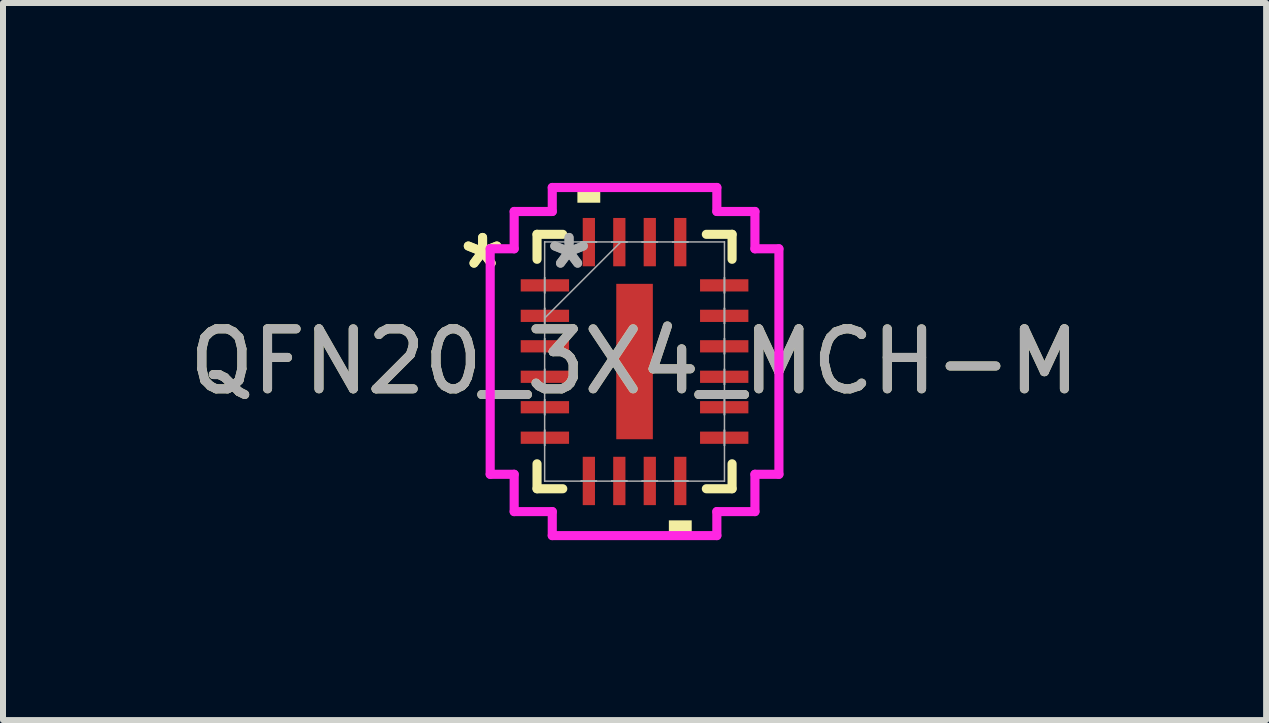
<source format=kicad_pcb>
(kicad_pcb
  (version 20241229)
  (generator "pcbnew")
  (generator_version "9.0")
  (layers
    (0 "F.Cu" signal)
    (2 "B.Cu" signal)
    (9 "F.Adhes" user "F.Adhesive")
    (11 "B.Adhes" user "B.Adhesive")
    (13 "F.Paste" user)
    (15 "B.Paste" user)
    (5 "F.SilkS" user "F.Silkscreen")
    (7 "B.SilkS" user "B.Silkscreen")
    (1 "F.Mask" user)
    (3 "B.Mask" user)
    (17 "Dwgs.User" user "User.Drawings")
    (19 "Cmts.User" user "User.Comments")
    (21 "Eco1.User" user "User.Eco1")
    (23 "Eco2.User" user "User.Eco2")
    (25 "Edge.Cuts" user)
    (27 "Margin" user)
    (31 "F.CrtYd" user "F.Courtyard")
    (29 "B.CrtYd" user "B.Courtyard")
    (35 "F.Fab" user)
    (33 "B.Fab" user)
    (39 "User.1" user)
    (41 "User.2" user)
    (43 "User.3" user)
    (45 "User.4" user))
  (footprint "QFN20_3X4_MCH-M"
    (layer "F.Cu")
    (at 7.53 2.978)
    (property "Reference" "QFN20_3X4_MCH-M" (at 0 0 0) (unlocked yes) (layer "F.SilkS") (effects (font (size 1 1) (thickness 0.15))))
    (attr smd)
    (fp_line (start -1.626 -2.121) (end -1.626 -1.705) (stroke (width 0.152) (type solid)) (layer "F.SilkS"))
    (fp_line (start -1.626 1.705) (end -1.626 2.121) (stroke (width 0.152) (type solid)) (layer "F.SilkS"))
    (fp_line (start -1.626 2.121) (end -1.197 2.121) (stroke (width 0.152) (type solid)) (layer "F.SilkS"))
    (fp_line (start -1.197 -2.121) (end -1.626 -2.121) (stroke (width 0.152) (type solid)) (layer "F.SilkS"))
    (fp_line (start 1.197 2.121) (end 1.626 2.121) (stroke (width 0.152) (type solid)) (layer "F.SilkS"))
    (fp_line (start 1.626 -2.121) (end 1.197 -2.121) (stroke (width 0.152) (type solid)) (layer "F.SilkS"))
    (fp_line (start 1.626 -1.705) (end 1.626 -2.121) (stroke (width 0.152) (type solid)) (layer "F.SilkS"))
    (fp_line (start 1.626 2.121) (end 1.626 1.705) (stroke (width 0.152) (type solid)) (layer "F.SilkS"))
    (fp_poly (pts (xy -0.953 -2.648) (xy -0.953 -2.902) (xy -0.572 -2.902) (xy -0.572 -2.648)) (stroke (width 0) (type solid)) (fill yes) (layer "F.SilkS"))
    (fp_poly (pts (xy 0.572 2.648) (xy 0.572 2.902) (xy 0.953 2.902) (xy 0.953 2.648)) (stroke (width 0) (type solid)) (fill yes) (layer "F.SilkS"))
    (fp_poly (pts (xy -0.205 -1.195) (xy -0.205 -0.1) (xy 0.205 -0.1) (xy 0.205 -1.195)) (stroke (width 0) (type solid)) (fill yes) (layer "F.Paste"))
    (fp_poly (pts (xy -0.205 0.1) (xy -0.205 1.195) (xy 0.205 1.195) (xy 0.205 0.1)) (stroke (width 0) (type solid)) (fill yes) (layer "F.Paste"))
    (fp_line (start -2.407 -1.88) (end -2.007 -1.88) (stroke (width 0.152) (type solid)) (layer "F.CrtYd"))
    (fp_line (start -2.407 1.88) (end -2.407 -1.88) (stroke (width 0.152) (type solid)) (layer "F.CrtYd"))
    (fp_line (start -2.007 -2.502) (end -1.372 -2.502) (stroke (width 0.152) (type solid)) (layer "F.CrtYd"))
    (fp_line (start -2.007 -1.88) (end -2.007 -2.502) (stroke (width 0.152) (type solid)) (layer "F.CrtYd"))
    (fp_line (start -2.007 1.88) (end -2.407 1.88) (stroke (width 0.152) (type solid)) (layer "F.CrtYd"))
    (fp_line (start -2.007 2.502) (end -2.007 1.88) (stroke (width 0.152) (type solid)) (layer "F.CrtYd"))
    (fp_line (start -1.372 -2.902) (end 1.372 -2.902) (stroke (width 0.152) (type solid)) (layer "F.CrtYd"))
    (fp_line (start -1.372 -2.502) (end -1.372 -2.902) (stroke (width 0.152) (type solid)) (layer "F.CrtYd"))
    (fp_line (start -1.372 2.502) (end -2.007 2.502) (stroke (width 0.152) (type solid)) (layer "F.CrtYd"))
    (fp_line (start -1.372 2.902) (end -1.372 2.502) (stroke (width 0.152) (type solid)) (layer "F.CrtYd"))
    (fp_line (start 1.372 -2.902) (end 1.372 -2.502) (stroke (width 0.152) (type solid)) (layer "F.CrtYd"))
    (fp_line (start 1.372 -2.502) (end 2.007 -2.502) (stroke (width 0.152) (type solid)) (layer "F.CrtYd"))
    (fp_line (start 1.372 2.502) (end 1.372 2.902) (stroke (width 0.152) (type solid)) (layer "F.CrtYd"))
    (fp_line (start 1.372 2.902) (end -1.372 2.902) (stroke (width 0.152) (type solid)) (layer "F.CrtYd"))
    (fp_line (start 2.007 -2.502) (end 2.007 -1.88) (stroke (width 0.152) (type solid)) (layer "F.CrtYd"))
    (fp_line (start 2.007 -1.88) (end 2.407 -1.88) (stroke (width 0.152) (type solid)) (layer "F.CrtYd"))
    (fp_line (start 2.007 1.88) (end 2.007 2.502) (stroke (width 0.152) (type solid)) (layer "F.CrtYd"))
    (fp_line (start 2.007 2.502) (end 1.372 2.502) (stroke (width 0.152) (type solid)) (layer "F.CrtYd"))
    (fp_line (start 2.407 -1.88) (end 2.407 1.88) (stroke (width 0.152) (type solid)) (layer "F.CrtYd"))
    (fp_line (start 2.407 1.88) (end 2.007 1.88) (stroke (width 0.152) (type solid)) (layer "F.CrtYd"))
    (fp_line (start -1.499 -1.994) (end -1.499 -1.994) (stroke (width 0.025) (type solid)) (layer "F.Fab"))
    (fp_line (start -1.499 -1.994) (end -1.499 1.994) (stroke (width 0.025) (type solid)) (layer "F.Fab"))
    (fp_line (start -1.499 -1.397) (end -1.499 -1.397) (stroke (width 0.025) (type solid)) (layer "F.Fab"))
    (fp_line (start -1.499 -1.397) (end -1.499 -1.143) (stroke (width 0.025) (type solid)) (layer "F.Fab"))
    (fp_line (start -1.499 -1.143) (end -1.499 -1.397) (stroke (width 0.025) (type solid)) (layer "F.Fab"))
    (fp_line (start -1.499 -1.143) (end -1.499 -1.143) (stroke (width 0.025) (type solid)) (layer "F.Fab"))
    (fp_line (start -1.499 -0.889) (end -1.499 -0.889) (stroke (width 0.025) (type solid)) (layer "F.Fab"))
    (fp_line (start -1.499 -0.889) (end -1.499 -0.635) (stroke (width 0.025) (type solid)) (layer "F.Fab"))
    (fp_line (start -1.499 -0.724) (end -0.229 -1.994) (stroke (width 0.025) (type solid)) (layer "F.Fab"))
    (fp_line (start -1.499 -0.635) (end -1.499 -0.889) (stroke (width 0.025) (type solid)) (layer "F.Fab"))
    (fp_line (start -1.499 -0.635) (end -1.499 -0.635) (stroke (width 0.025) (type solid)) (layer "F.Fab"))
    (fp_line (start -1.499 -0.381) (end -1.499 -0.381) (stroke (width 0.025) (type solid)) (layer "F.Fab"))
    (fp_line (start -1.499 -0.381) (end -1.499 -0.127) (stroke (width 0.025) (type solid)) (layer "F.Fab"))
    (fp_line (start -1.499 -0.127) (end -1.499 -0.381) (stroke (width 0.025) (type solid)) (layer "F.Fab"))
    (fp_line (start -1.499 -0.127) (end -1.499 -0.127) (stroke (width 0.025) (type solid)) (layer "F.Fab"))
    (fp_line (start -1.499 0.127) (end -1.499 0.127) (stroke (width 0.025) (type solid)) (layer "F.Fab"))
    (fp_line (start -1.499 0.127) (end -1.499 0.381) (stroke (width 0.025) (type solid)) (layer "F.Fab"))
    (fp_line (start -1.499 0.381) (end -1.499 0.127) (stroke (width 0.025) (type solid)) (layer "F.Fab"))
    (fp_line (start -1.499 0.381) (end -1.499 0.381) (stroke (width 0.025) (type solid)) (layer "F.Fab"))
    (fp_line (start -1.499 0.635) (end -1.499 0.635) (stroke (width 0.025) (type solid)) (layer "F.Fab"))
    (fp_line (start -1.499 0.635) (end -1.499 0.889) (stroke (width 0.025) (type solid)) (layer "F.Fab"))
    (fp_line (start -1.499 0.889) (end -1.499 0.635) (stroke (width 0.025) (type solid)) (layer "F.Fab"))
    (fp_line (start -1.499 0.889) (end -1.499 0.889) (stroke (width 0.025) (type solid)) (layer "F.Fab"))
    (fp_line (start -1.499 1.143) (end -1.499 1.143) (stroke (width 0.025) (type solid)) (layer "F.Fab"))
    (fp_line (start -1.499 1.143) (end -1.499 1.397) (stroke (width 0.025) (type solid)) (layer "F.Fab"))
    (fp_line (start -1.499 1.397) (end -1.499 1.143) (stroke (width 0.025) (type solid)) (layer "F.Fab"))
    (fp_line (start -1.499 1.397) (end -1.499 1.397) (stroke (width 0.025) (type solid)) (layer "F.Fab"))
    (fp_line (start -1.499 1.994) (end -1.499 1.994) (stroke (width 0.025) (type solid)) (layer "F.Fab"))
    (fp_line (start -1.499 1.994) (end 1.499 1.994) (stroke (width 0.025) (type solid)) (layer "F.Fab"))
    (fp_line (start -0.889 -1.994) (end -0.889 -1.994) (stroke (width 0.025) (type solid)) (layer "F.Fab"))
    (fp_line (start -0.889 -1.994) (end -0.635 -1.994) (stroke (width 0.025) (type solid)) (layer "F.Fab"))
    (fp_line (start -0.889 1.994) (end -0.889 1.994) (stroke (width 0.025) (type solid)) (layer "F.Fab"))
    (fp_line (start -0.889 1.994) (end -0.635 1.994) (stroke (width 0.025) (type solid)) (layer "F.Fab"))
    (fp_line (start -0.635 -1.994) (end -0.889 -1.994) (stroke (width 0.025) (type solid)) (layer "F.Fab"))
    (fp_line (start -0.635 -1.994) (end -0.635 -1.994) (stroke (width 0.025) (type solid)) (layer "F.Fab"))
    (fp_line (start -0.635 1.994) (end -0.889 1.994) (stroke (width 0.025) (type solid)) (layer "F.Fab"))
    (fp_line (start -0.635 1.994) (end -0.635 1.994) (stroke (width 0.025) (type solid)) (layer "F.Fab"))
    (fp_line (start -0.381 -1.994) (end -0.381 -1.994) (stroke (width 0.025) (type solid)) (layer "F.Fab"))
    (fp_line (start -0.381 -1.994) (end -0.127 -1.994) (stroke (width 0.025) (type solid)) (layer "F.Fab"))
    (fp_line (start -0.381 1.994) (end -0.381 1.994) (stroke (width 0.025) (type solid)) (layer "F.Fab"))
    (fp_line (start -0.381 1.994) (end -0.127 1.994) (stroke (width 0.025) (type solid)) (layer "F.Fab"))
    (fp_line (start -0.127 -1.994) (end -0.381 -1.994) (stroke (width 0.025) (type solid)) (layer "F.Fab"))
    (fp_line (start -0.127 -1.994) (end -0.127 -1.994) (stroke (width 0.025) (type solid)) (layer "F.Fab"))
    (fp_line (start -0.127 1.994) (end -0.381 1.994) (stroke (width 0.025) (type solid)) (layer "F.Fab"))
    (fp_line (start -0.127 1.994) (end -0.127 1.994) (stroke (width 0.025) (type solid)) (layer "F.Fab"))
    (fp_line (start 0.127 -1.994) (end 0.127 -1.994) (stroke (width 0.025) (type solid)) (layer "F.Fab"))
    (fp_line (start 0.127 -1.994) (end 0.381 -1.994) (stroke (width 0.025) (type solid)) (layer "F.Fab"))
    (fp_line (start 0.127 1.994) (end 0.127 1.994) (stroke (width 0.025) (type solid)) (layer "F.Fab"))
    (fp_line (start 0.127 1.994) (end 0.381 1.994) (stroke (width 0.025) (type solid)) (layer "F.Fab"))
    (fp_line (start 0.381 -1.994) (end 0.127 -1.994) (stroke (width 0.025) (type solid)) (layer "F.Fab"))
    (fp_line (start 0.381 -1.994) (end 0.381 -1.994) (stroke (width 0.025) (type solid)) (layer "F.Fab"))
    (fp_line (start 0.381 1.994) (end 0.127 1.994) (stroke (width 0.025) (type solid)) (layer "F.Fab"))
    (fp_line (start 0.381 1.994) (end 0.381 1.994) (stroke (width 0.025) (type solid)) (layer "F.Fab"))
    (fp_line (start 0.635 -1.994) (end 0.635 -1.994) (stroke (width 0.025) (type solid)) (layer "F.Fab"))
    (fp_line (start 0.635 -1.994) (end 0.889 -1.994) (stroke (width 0.025) (type solid)) (layer "F.Fab"))
    (fp_line (start 0.635 1.994) (end 0.635 1.994) (stroke (width 0.025) (type solid)) (layer "F.Fab"))
    (fp_line (start 0.635 1.994) (end 0.889 1.994) (stroke (width 0.025) (type solid)) (layer "F.Fab"))
    (fp_line (start 0.889 -1.994) (end 0.635 -1.994) (stroke (width 0.025) (type solid)) (layer "F.Fab"))
    (fp_line (start 0.889 -1.994) (end 0.889 -1.994) (stroke (width 0.025) (type solid)) (layer "F.Fab"))
    (fp_line (start 0.889 1.994) (end 0.635 1.994) (stroke (width 0.025) (type solid)) (layer "F.Fab"))
    (fp_line (start 0.889 1.994) (end 0.889 1.994) (stroke (width 0.025) (type solid)) (layer "F.Fab"))
    (fp_line (start 1.499 -1.994) (end -1.499 -1.994) (stroke (width 0.025) (type solid)) (layer "F.Fab"))
    (fp_line (start 1.499 -1.994) (end 1.499 -1.994) (stroke (width 0.025) (type solid)) (layer "F.Fab"))
    (fp_line (start 1.499 -1.397) (end 1.499 -1.397) (stroke (width 0.025) (type solid)) (layer "F.Fab"))
    (fp_line (start 1.499 -1.397) (end 1.499 -1.143) (stroke (width 0.025) (type solid)) (layer "F.Fab"))
    (fp_line (start 1.499 -1.143) (end 1.499 -1.397) (stroke (width 0.025) (type solid)) (layer "F.Fab"))
    (fp_line (start 1.499 -1.143) (end 1.499 -1.143) (stroke (width 0.025) (type solid)) (layer "F.Fab"))
    (fp_line (start 1.499 -0.889) (end 1.499 -0.889) (stroke (width 0.025) (type solid)) (layer "F.Fab"))
    (fp_line (start 1.499 -0.889) (end 1.499 -0.635) (stroke (width 0.025) (type solid)) (layer "F.Fab"))
    (fp_line (start 1.499 -0.635) (end 1.499 -0.889) (stroke (width 0.025) (type solid)) (layer "F.Fab"))
    (fp_line (start 1.499 -0.635) (end 1.499 -0.635) (stroke (width 0.025) (type solid)) (layer "F.Fab"))
    (fp_line (start 1.499 -0.381) (end 1.499 -0.381) (stroke (width 0.025) (type solid)) (layer "F.Fab"))
    (fp_line (start 1.499 -0.381) (end 1.499 -0.127) (stroke (width 0.025) (type solid)) (layer "F.Fab"))
    (fp_line (start 1.499 -0.127) (end 1.499 -0.381) (stroke (width 0.025) (type solid)) (layer "F.Fab"))
    (fp_line (start 1.499 -0.127) (end 1.499 -0.127) (stroke (width 0.025) (type solid)) (layer "F.Fab"))
    (fp_line (start 1.499 0.127) (end 1.499 0.127) (stroke (width 0.025) (type solid)) (layer "F.Fab"))
    (fp_line (start 1.499 0.127) (end 1.499 0.381) (stroke (width 0.025) (type solid)) (layer "F.Fab"))
    (fp_line (start 1.499 0.381) (end 1.499 0.127) (stroke (width 0.025) (type solid)) (layer "F.Fab"))
    (fp_line (start 1.499 0.381) (end 1.499 0.381) (stroke (width 0.025) (type solid)) (layer "F.Fab"))
    (fp_line (start 1.499 0.635) (end 1.499 0.635) (stroke (width 0.025) (type solid)) (layer "F.Fab"))
    (fp_line (start 1.499 0.635) (end 1.499 0.889) (stroke (width 0.025) (type solid)) (layer "F.Fab"))
    (fp_line (start 1.499 0.889) (end 1.499 0.635) (stroke (width 0.025) (type solid)) (layer "F.Fab"))
    (fp_line (start 1.499 0.889) (end 1.499 0.889) (stroke (width 0.025) (type solid)) (layer "F.Fab"))
    (fp_line (start 1.499 1.143) (end 1.499 1.143) (stroke (width 0.025) (type solid)) (layer "F.Fab"))
    (fp_line (start 1.499 1.143) (end 1.499 1.397) (stroke (width 0.025) (type solid)) (layer "F.Fab"))
    (fp_line (start 1.499 1.397) (end 1.499 1.143) (stroke (width 0.025) (type solid)) (layer "F.Fab"))
    (fp_line (start 1.499 1.397) (end 1.499 1.397) (stroke (width 0.025) (type solid)) (layer "F.Fab"))
    (fp_line (start 1.499 1.994) (end 1.499 -1.994) (stroke (width 0.025) (type solid)) (layer "F.Fab"))
    (fp_line (start 1.499 1.994) (end 1.499 1.994) (stroke (width 0.025) (type solid)) (layer "F.Fab"))
    (fp_text user "*" (at -2.534 -1.524 0) (unlocked yes) (layer "F.SilkS") (effects (font (size 1 1) (thickness 0.15))))
    (fp_text user "*" (at -2.534 -1.524 0) (layer "F.SilkS") (effects (font (size 1 1) (thickness 0.15))))
    (fp_text user "${REFERENCE}" (at 0 0 0) (unlocked yes) (layer "F.Fab") (effects (font (size 1 1) (thickness 0.15))))
    (fp_text user "*" (at -1.092 -1.524 0) (unlocked yes) (layer "F.Fab") (effects (font (size 1 1) (thickness 0.15))))
    (fp_text user "*" (at -1.092 -1.524 0) (layer "F.Fab") (effects (font (size 1 1) (thickness 0.15))))
    (pad "1" smd rect (at -1.495 -1.27 90) (size 0.204 0.806) (layers "F.Cu" "F.Mask" "F.Paste"))
    (pad "2" smd rect (at -1.495 -0.762 90) (size 0.204 0.806) (layers "F.Cu" "F.Mask" "F.Paste"))
    (pad "3" smd rect (at -1.495 -0.254 90) (size 0.204 0.806) (layers "F.Cu" "F.Mask" "F.Paste"))
    (pad "4" smd rect (at -1.495 0.254 90) (size 0.204 0.806) (layers "F.Cu" "F.Mask" "F.Paste"))
    (pad "5" smd rect (at -1.495 0.762 90) (size 0.204 0.806) (layers "F.Cu" "F.Mask" "F.Paste"))
    (pad "6" smd rect (at -1.495 1.27 90) (size 0.204 0.806) (layers "F.Cu" "F.Mask" "F.Paste"))
    (pad "7" smd rect (at -0.762 1.991) (size 0.204 0.806) (layers "F.Cu" "F.Mask" "F.Paste"))
    (pad "8" smd rect (at -0.254 1.991) (size 0.204 0.806) (layers "F.Cu" "F.Mask" "F.Paste"))
    (pad "9" smd rect (at 0.254 1.991) (size 0.204 0.806) (layers "F.Cu" "F.Mask" "F.Paste"))
    (pad "10" smd rect (at 0.762 1.991) (size 0.204 0.806) (layers "F.Cu" "F.Mask" "F.Paste"))
    (pad "11" smd rect (at 1.495 1.27 90) (size 0.204 0.806) (layers "F.Cu" "F.Mask" "F.Paste"))
    (pad "12" smd rect (at 1.495 0.762 90) (size 0.204 0.806) (layers "F.Cu" "F.Mask" "F.Paste"))
    (pad "13" smd rect (at 1.495 0.254 90) (size 0.204 0.806) (layers "F.Cu" "F.Mask" "F.Paste"))
    (pad "14" smd rect (at 1.495 -0.254 90) (size 0.204 0.806) (layers "F.Cu" "F.Mask" "F.Paste"))
    (pad "15" smd rect (at 1.495 -0.762 90) (size 0.204 0.806) (layers "F.Cu" "F.Mask" "F.Paste"))
    (pad "16" smd rect (at 1.495 -1.27 90) (size 0.204 0.806) (layers "F.Cu" "F.Mask" "F.Paste"))
    (pad "17" smd rect (at 0.762 -1.991) (size 0.204 0.806) (layers "F.Cu" "F.Mask" "F.Paste"))
    (pad "18" smd rect (at 0.254 -1.991) (size 0.204 0.806) (layers "F.Cu" "F.Mask" "F.Paste"))
    (pad "19" smd rect (at -0.254 -1.991) (size 0.204 0.806) (layers "F.Cu" "F.Mask" "F.Paste"))
    (pad "20" smd rect (at -0.762 -1.991) (size 0.204 0.806) (layers "F.Cu" "F.Mask" "F.Paste"))
    (pad "21" smd rect (at 0 0) (size 0.61 2.591) (layers "F.Cu" "F.Mask" "F.Paste")))
  (gr_rect
    (start -3 -3)
    (end 18.06 8.956)
    (stroke (width 0.1) (type default))
    (fill no)
    (layer "Edge.Cuts")))
</source>
